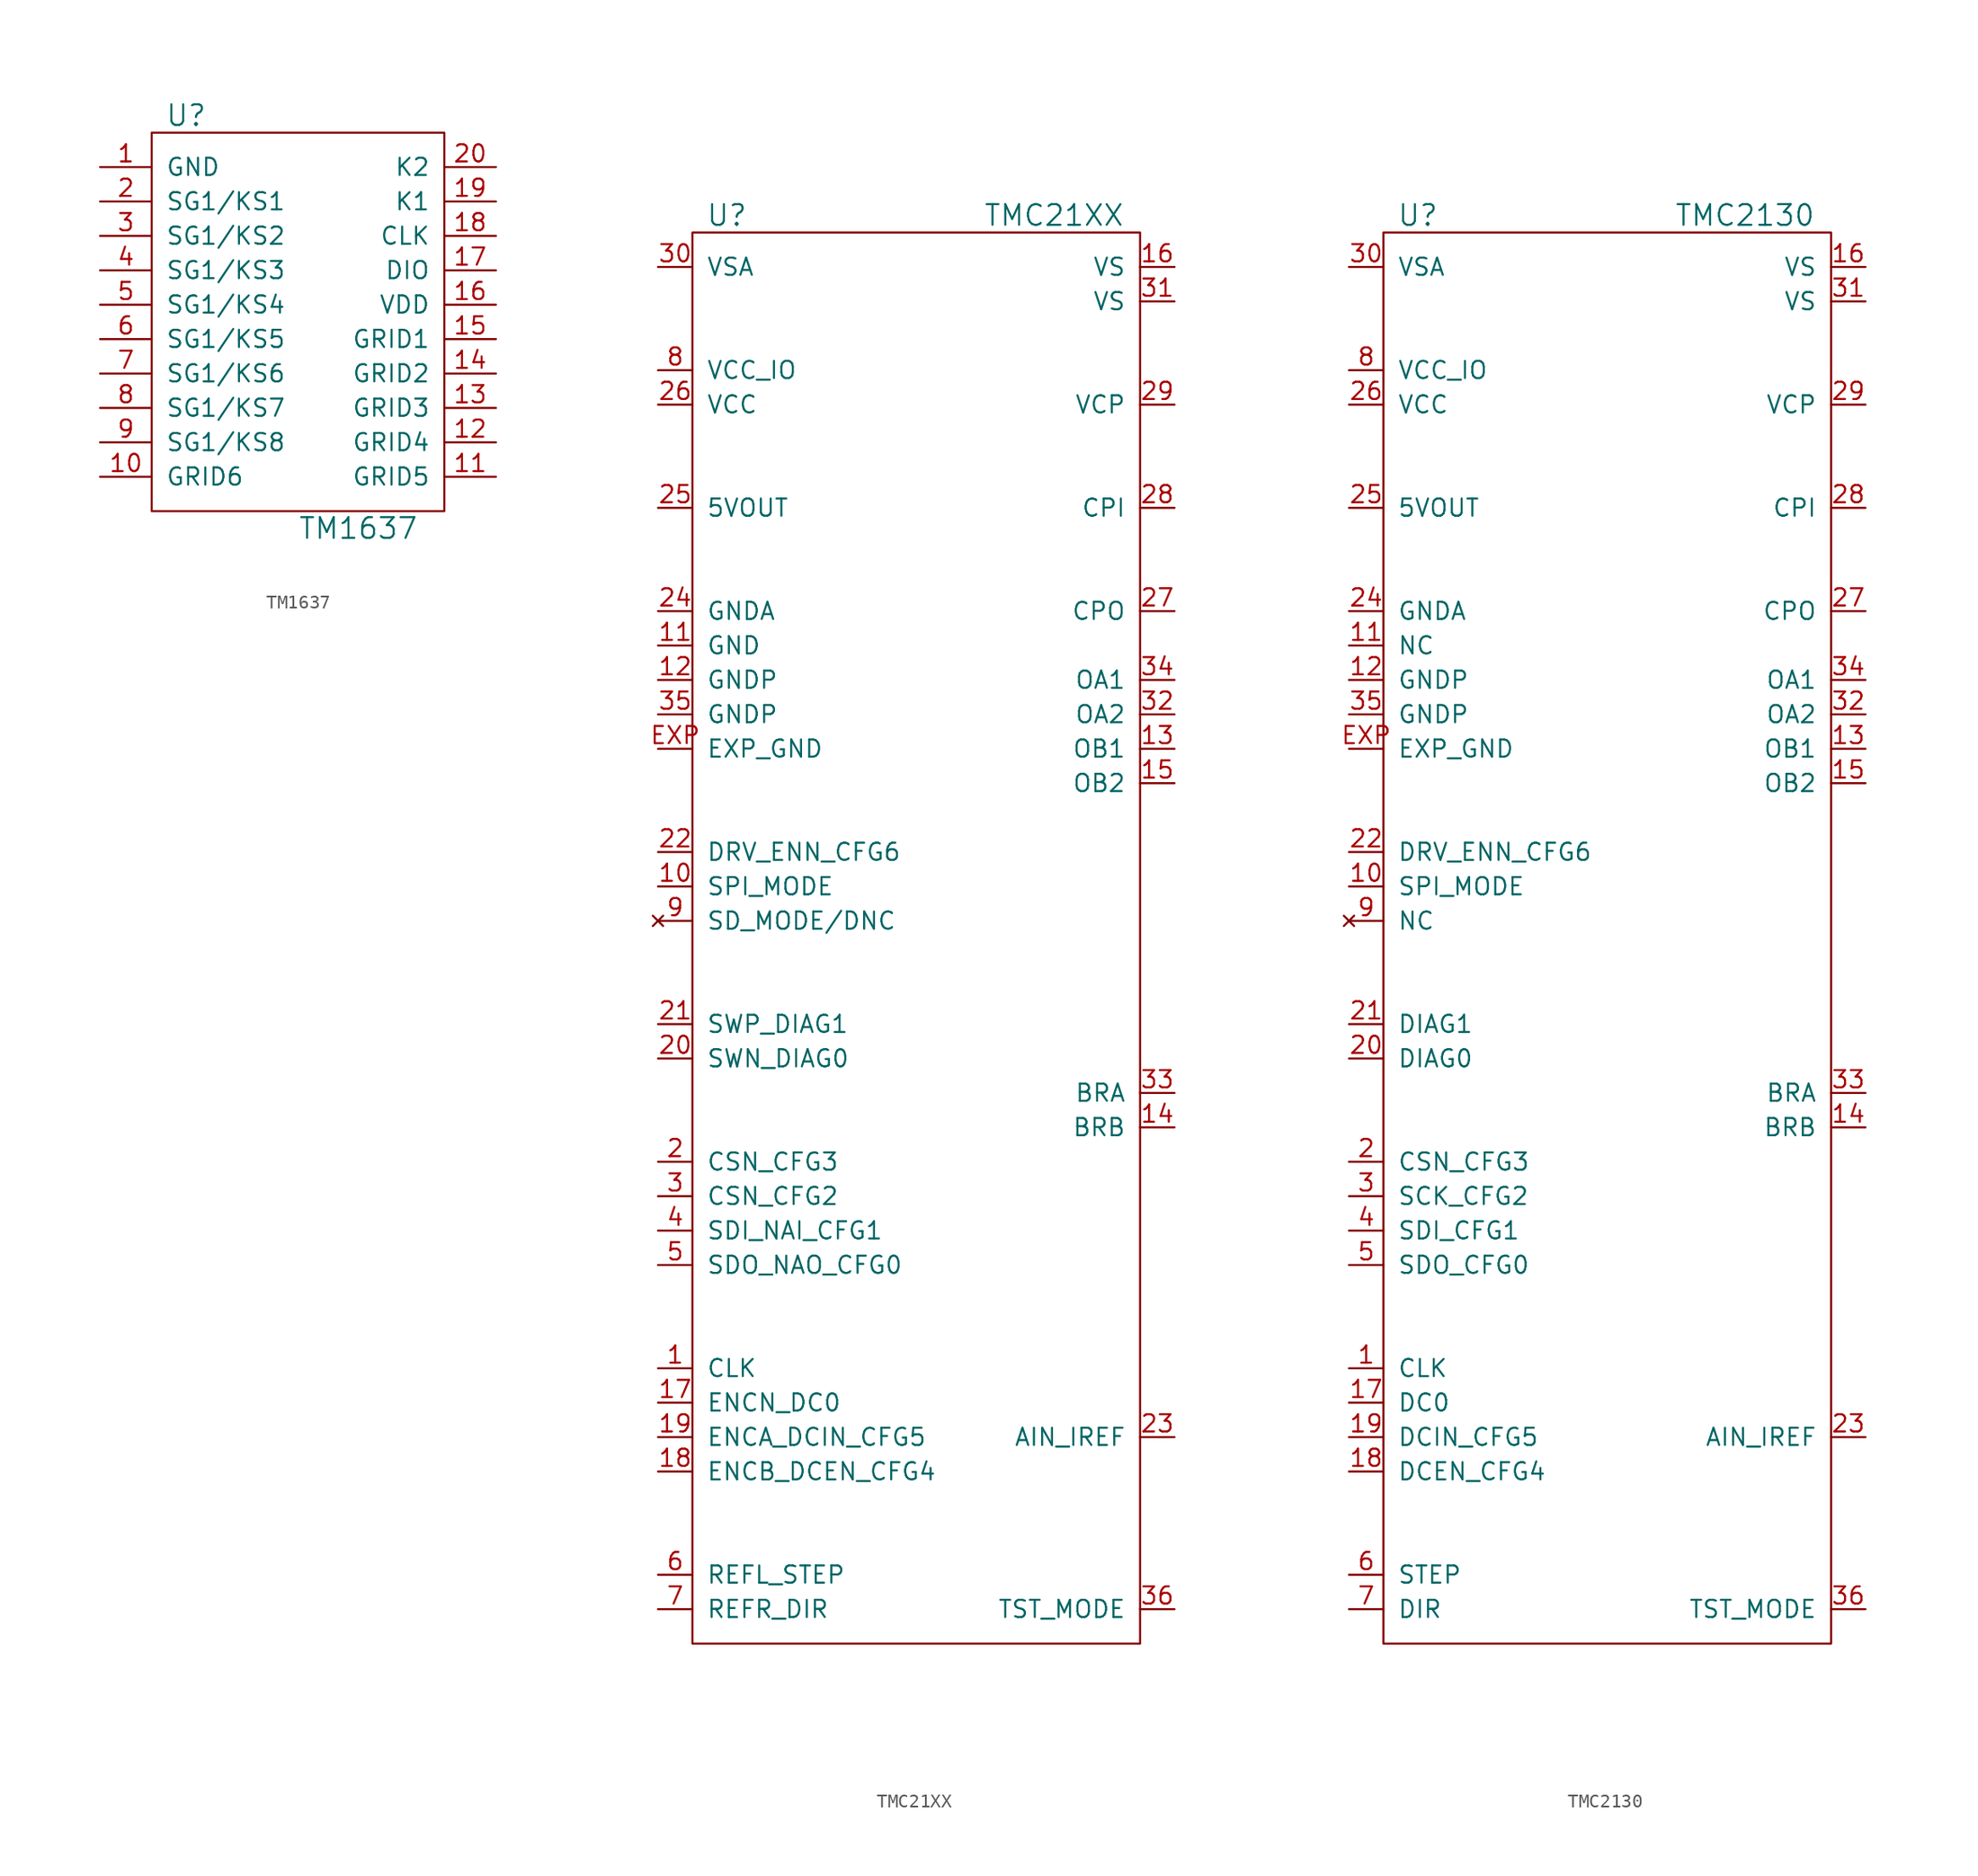
<source format=kicad_sym>
(kicad_symbol_lib
  (version 20210619)
  (generator kicad_symbol_editor)
  (symbol "tinkerforge:TM1637"
    (pin_names
      (offset 1.016))
    (property "Reference" "U"
      (at -8.89 11.43 0)
      (effects (font (size 1.524 1.524))))
    (property "Value" "TM1637"
      (at 3.81 -19.05 0)
      (effects (font (size 1.524 1.524))))
    (property "Footprint" ""
      (at 0 0 0)
      (effects (font (size 1.524 1.524))))
    (property "Datasheet" ""
      (at 0 0 0)
      (effects (font (size 1.524 1.524))))
    (symbol "TM1637_0_1"
      (rectangle (start -11.43 10.16) (end 10.16 -17.78) (stroke (width 0)) (fill (type none))))
    (symbol "TM1637_1_1"
      (pin passive line (at -15.24 7.62 0) (length 3.81) (name "GND" (effects (font (size 1.27 1.27)))) (number "1" (effects (font (size 1.27 1.27)))))
      (pin passive line (at -15.24 -15.24 0) (length 3.81) (name "GRID6" (effects (font (size 1.27 1.27)))) (number "10" (effects (font (size 1.27 1.27)))))
      (pin passive line (at 13.97 -15.24 180) (length 3.81) (name "GRID5" (effects (font (size 1.27 1.27)))) (number "11" (effects (font (size 1.27 1.27)))))
      (pin passive line (at 13.97 -12.7 180) (length 3.81) (name "GRID4" (effects (font (size 1.27 1.27)))) (number "12" (effects (font (size 1.27 1.27)))))
      (pin passive line (at 13.97 -10.16 180) (length 3.81) (name "GRID3" (effects (font (size 1.27 1.27)))) (number "13" (effects (font (size 1.27 1.27)))))
      (pin passive line (at 13.97 -7.62 180) (length 3.81) (name "GRID2" (effects (font (size 1.27 1.27)))) (number "14" (effects (font (size 1.27 1.27)))))
      (pin passive line (at 13.97 -5.08 180) (length 3.81) (name "GRID1" (effects (font (size 1.27 1.27)))) (number "15" (effects (font (size 1.27 1.27)))))
      (pin passive line (at 13.97 -2.54 180) (length 3.81) (name "VDD" (effects (font (size 1.27 1.27)))) (number "16" (effects (font (size 1.27 1.27)))))
      (pin passive line (at 13.97 0 180) (length 3.81) (name "DIO" (effects (font (size 1.27 1.27)))) (number "17" (effects (font (size 1.27 1.27)))))
      (pin passive line (at 13.97 2.54 180) (length 3.81) (name "CLK" (effects (font (size 1.27 1.27)))) (number "18" (effects (font (size 1.27 1.27)))))
      (pin passive line (at 13.97 5.08 180) (length 3.81) (name "K1" (effects (font (size 1.27 1.27)))) (number "19" (effects (font (size 1.27 1.27)))))
      (pin passive line (at -15.24 5.08 0) (length 3.81) (name "SG1/KS1" (effects (font (size 1.27 1.27)))) (number "2" (effects (font (size 1.27 1.27)))))
      (pin passive line (at 13.97 7.62 180) (length 3.81) (name "K2" (effects (font (size 1.27 1.27)))) (number "20" (effects (font (size 1.27 1.27)))))
      (pin passive line (at -15.24 2.54 0) (length 3.81) (name "SG1/KS2" (effects (font (size 1.27 1.27)))) (number "3" (effects (font (size 1.27 1.27)))))
      (pin passive line (at -15.24 0 0) (length 3.81) (name "SG1/KS3" (effects (font (size 1.27 1.27)))) (number "4" (effects (font (size 1.27 1.27)))))
      (pin passive line (at -15.24 -2.54 0) (length 3.81) (name "SG1/KS4" (effects (font (size 1.27 1.27)))) (number "5" (effects (font (size 1.27 1.27)))))
      (pin passive line (at -15.24 -5.08 0) (length 3.81) (name "SG1/KS5" (effects (font (size 1.27 1.27)))) (number "6" (effects (font (size 1.27 1.27)))))
      (pin passive line (at -15.24 -7.62 0) (length 3.81) (name "SG1/KS6" (effects (font (size 1.27 1.27)))) (number "7" (effects (font (size 1.27 1.27)))))
      (pin passive line (at -15.24 -10.16 0) (length 3.81) (name "SG1/KS7" (effects (font (size 1.27 1.27)))) (number "8" (effects (font (size 1.27 1.27)))))
      (pin passive line (at -15.24 -12.7 0) (length 3.81) (name "SG1/KS8" (effects (font (size 1.27 1.27)))) (number "9" (effects (font (size 1.27 1.27)))))))
  (symbol "tinkerforge:TMC21XX"
    (pin_names
      (offset 1.016))
    (property "Reference" "U"
      (at -13.97 53.34 0)
      (effects (font (size 1.524 1.524))))
    (property "Value" "TMC21XX"
      (at 10.16 53.34 0)
      (effects (font (size 1.524 1.524))))
    (property "Footprint" ""
      (at 0 7.62 0)
      (effects (font (size 1.524 1.524))))
    (property "Datasheet" ""
      (at 0 7.62 0)
      (effects (font (size 1.524 1.524))))
    (symbol "TMC21XX_0_1"
      (rectangle (start -16.51 52.07) (end 16.51 -52.07) (stroke (width 0)) (fill (type none))))
    (symbol "TMC21XX_1_1"
      (pin input line (at -19.05 -31.75 0) (length 2.54) (name "CLK" (effects (font (size 1.27 1.27)))) (number "1" (effects (font (size 1.27 1.27)))))
      (pin input line (at -19.05 3.81 0) (length 2.54) (name "SPI_MODE" (effects (font (size 1.27 1.27)))) (number "10" (effects (font (size 1.27 1.27)))))
      (pin input line (at -19.05 21.59 0) (length 2.54) (name "GND" (effects (font (size 1.27 1.27)))) (number "11" (effects (font (size 1.27 1.27)))))
      (pin input line (at -19.05 19.05 0) (length 2.54) (name "GNDP" (effects (font (size 1.27 1.27)))) (number "12" (effects (font (size 1.27 1.27)))))
      (pin input line (at 19.05 13.97 180) (length 2.54) (name "OB1" (effects (font (size 1.27 1.27)))) (number "13" (effects (font (size 1.27 1.27)))))
      (pin input line (at 19.05 -13.97 180) (length 2.54) (name "BRB" (effects (font (size 1.27 1.27)))) (number "14" (effects (font (size 1.27 1.27)))))
      (pin input line (at 19.05 11.43 180) (length 2.54) (name "OB2" (effects (font (size 1.27 1.27)))) (number "15" (effects (font (size 1.27 1.27)))))
      (pin input line (at 19.05 49.53 180) (length 2.54) (name "VS" (effects (font (size 1.27 1.27)))) (number "16" (effects (font (size 1.27 1.27)))))
      (pin input line (at -19.05 -34.29 0) (length 2.54) (name "ENCN_DC0" (effects (font (size 1.27 1.27)))) (number "17" (effects (font (size 1.27 1.27)))))
      (pin input line (at -19.05 -39.37 0) (length 2.54) (name "ENCB_DCEN_CFG4" (effects (font (size 1.27 1.27)))) (number "18" (effects (font (size 1.27 1.27)))))
      (pin input line (at -19.05 -36.83 0) (length 2.54) (name "ENCA_DCIN_CFG5" (effects (font (size 1.27 1.27)))) (number "19" (effects (font (size 1.27 1.27)))))
      (pin input line (at -19.05 -16.51 0) (length 2.54) (name "CSN_CFG3" (effects (font (size 1.27 1.27)))) (number "2" (effects (font (size 1.27 1.27)))))
      (pin input line (at -19.05 -8.89 0) (length 2.54) (name "SWN_DIAG0" (effects (font (size 1.27 1.27)))) (number "20" (effects (font (size 1.27 1.27)))))
      (pin input line (at -19.05 -6.35 0) (length 2.54) (name "SWP_DIAG1" (effects (font (size 1.27 1.27)))) (number "21" (effects (font (size 1.27 1.27)))))
      (pin input line (at -19.05 6.35 0) (length 2.54) (name "DRV_ENN_CFG6" (effects (font (size 1.27 1.27)))) (number "22" (effects (font (size 1.27 1.27)))))
      (pin input line (at 19.05 -36.83 180) (length 2.54) (name "AIN_IREF" (effects (font (size 1.27 1.27)))) (number "23" (effects (font (size 1.27 1.27)))))
      (pin input line (at -19.05 24.13 0) (length 2.54) (name "GNDA" (effects (font (size 1.27 1.27)))) (number "24" (effects (font (size 1.27 1.27)))))
      (pin input line (at -19.05 31.75 0) (length 2.54) (name "5VOUT" (effects (font (size 1.27 1.27)))) (number "25" (effects (font (size 1.27 1.27)))))
      (pin input line (at -19.05 39.37 0) (length 2.54) (name "VCC" (effects (font (size 1.27 1.27)))) (number "26" (effects (font (size 1.27 1.27)))))
      (pin input line (at 19.05 24.13 180) (length 2.54) (name "CPO" (effects (font (size 1.27 1.27)))) (number "27" (effects (font (size 1.27 1.27)))))
      (pin input line (at 19.05 31.75 180) (length 2.54) (name "CPI" (effects (font (size 1.27 1.27)))) (number "28" (effects (font (size 1.27 1.27)))))
      (pin input line (at 19.05 39.37 180) (length 2.54) (name "VCP" (effects (font (size 1.27 1.27)))) (number "29" (effects (font (size 1.27 1.27)))))
      (pin input line (at -19.05 -19.05 0) (length 2.54) (name "CSN_CFG2" (effects (font (size 1.27 1.27)))) (number "3" (effects (font (size 1.27 1.27)))))
      (pin input line (at -19.05 49.53 0) (length 2.54) (name "VSA" (effects (font (size 1.27 1.27)))) (number "30" (effects (font (size 1.27 1.27)))))
      (pin input line (at 19.05 46.99 180) (length 2.54) (name "VS" (effects (font (size 1.27 1.27)))) (number "31" (effects (font (size 1.27 1.27)))))
      (pin input line (at 19.05 16.51 180) (length 2.54) (name "OA2" (effects (font (size 1.27 1.27)))) (number "32" (effects (font (size 1.27 1.27)))))
      (pin input line (at 19.05 -11.43 180) (length 2.54) (name "BRA" (effects (font (size 1.27 1.27)))) (number "33" (effects (font (size 1.27 1.27)))))
      (pin input line (at 19.05 19.05 180) (length 2.54) (name "OA1" (effects (font (size 1.27 1.27)))) (number "34" (effects (font (size 1.27 1.27)))))
      (pin input line (at -19.05 16.51 0) (length 2.54) (name "GNDP" (effects (font (size 1.27 1.27)))) (number "35" (effects (font (size 1.27 1.27)))))
      (pin input line (at 19.05 -49.53 180) (length 2.54) (name "TST_MODE" (effects (font (size 1.27 1.27)))) (number "36" (effects (font (size 1.27 1.27)))))
      (pin input line (at -19.05 -21.59 0) (length 2.54) (name "SDI_NAI_CFG1" (effects (font (size 1.27 1.27)))) (number "4" (effects (font (size 1.27 1.27)))))
      (pin input line (at -19.05 -24.13 0) (length 2.54) (name "SDO_NAO_CFG0" (effects (font (size 1.27 1.27)))) (number "5" (effects (font (size 1.27 1.27)))))
      (pin input line (at -19.05 -46.99 0) (length 2.54) (name "REFL_STEP" (effects (font (size 1.27 1.27)))) (number "6" (effects (font (size 1.27 1.27)))))
      (pin input line (at -19.05 -49.53 0) (length 2.54) (name "REFR_DIR" (effects (font (size 1.27 1.27)))) (number "7" (effects (font (size 1.27 1.27)))))
      (pin input line (at -19.05 41.91 0) (length 2.54) (name "VCC_IO" (effects (font (size 1.27 1.27)))) (number "8" (effects (font (size 1.27 1.27)))))
      (pin no_connect line (at -19.05 1.27 0) (length 2.54) (name "SD_MODE/DNC" (effects (font (size 1.27 1.27)))) (number "9" (effects (font (size 1.27 1.27)))))
      (pin input line (at -19.05 13.97 0) (length 2.54) (name "EXP_GND" (effects (font (size 1.27 1.27)))) (number "EXP" (effects (font (size 1.27 1.27)))))))
  (symbol "tinkerforge:TMC2130"
    (pin_names
      (offset 1.016))
    (property "Reference" "U"
      (at -13.97 53.34 0)
      (effects (font (size 1.524 1.524))))
    (property "Value" "TMC2130"
      (at 10.16 53.34 0)
      (effects (font (size 1.524 1.524))))
    (property "Footprint" ""
      (at 0 7.62 0)
      (effects (font (size 1.524 1.524))))
    (property "Datasheet" ""
      (at 0 7.62 0)
      (effects (font (size 1.524 1.524))))
    (symbol "TMC2130_0_1"
      (rectangle (start -16.51 52.07) (end 16.51 -52.07) (stroke (width 0)) (fill (type none))))
    (symbol "TMC2130_1_1"
      (pin input line (at -19.05 -31.75 0) (length 2.54) (name "CLK" (effects (font (size 1.27 1.27)))) (number "1" (effects (font (size 1.27 1.27)))))
      (pin input line (at -19.05 3.81 0) (length 2.54) (name "SPI_MODE" (effects (font (size 1.27 1.27)))) (number "10" (effects (font (size 1.27 1.27)))))
      (pin passive line (at -19.05 21.59 0) (length 2.54) (name "NC" (effects (font (size 1.27 1.27)))) (number "11" (effects (font (size 1.27 1.27)))))
      (pin input line (at -19.05 19.05 0) (length 2.54) (name "GNDP" (effects (font (size 1.27 1.27)))) (number "12" (effects (font (size 1.27 1.27)))))
      (pin input line (at 19.05 13.97 180) (length 2.54) (name "OB1" (effects (font (size 1.27 1.27)))) (number "13" (effects (font (size 1.27 1.27)))))
      (pin input line (at 19.05 -13.97 180) (length 2.54) (name "BRB" (effects (font (size 1.27 1.27)))) (number "14" (effects (font (size 1.27 1.27)))))
      (pin input line (at 19.05 11.43 180) (length 2.54) (name "OB2" (effects (font (size 1.27 1.27)))) (number "15" (effects (font (size 1.27 1.27)))))
      (pin input line (at 19.05 49.53 180) (length 2.54) (name "VS" (effects (font (size 1.27 1.27)))) (number "16" (effects (font (size 1.27 1.27)))))
      (pin input line (at -19.05 -34.29 0) (length 2.54) (name "DC0" (effects (font (size 1.27 1.27)))) (number "17" (effects (font (size 1.27 1.27)))))
      (pin input line (at -19.05 -39.37 0) (length 2.54) (name "DCEN_CFG4" (effects (font (size 1.27 1.27)))) (number "18" (effects (font (size 1.27 1.27)))))
      (pin input line (at -19.05 -36.83 0) (length 2.54) (name "DCIN_CFG5" (effects (font (size 1.27 1.27)))) (number "19" (effects (font (size 1.27 1.27)))))
      (pin input line (at -19.05 -16.51 0) (length 2.54) (name "CSN_CFG3" (effects (font (size 1.27 1.27)))) (number "2" (effects (font (size 1.27 1.27)))))
      (pin input line (at -19.05 -8.89 0) (length 2.54) (name "DIAG0" (effects (font (size 1.27 1.27)))) (number "20" (effects (font (size 1.27 1.27)))))
      (pin input line (at -19.05 -6.35 0) (length 2.54) (name "DIAG1" (effects (font (size 1.27 1.27)))) (number "21" (effects (font (size 1.27 1.27)))))
      (pin input line (at -19.05 6.35 0) (length 2.54) (name "DRV_ENN_CFG6" (effects (font (size 1.27 1.27)))) (number "22" (effects (font (size 1.27 1.27)))))
      (pin input line (at 19.05 -36.83 180) (length 2.54) (name "AIN_IREF" (effects (font (size 1.27 1.27)))) (number "23" (effects (font (size 1.27 1.27)))))
      (pin input line (at -19.05 24.13 0) (length 2.54) (name "GNDA" (effects (font (size 1.27 1.27)))) (number "24" (effects (font (size 1.27 1.27)))))
      (pin input line (at -19.05 31.75 0) (length 2.54) (name "5VOUT" (effects (font (size 1.27 1.27)))) (number "25" (effects (font (size 1.27 1.27)))))
      (pin input line (at -19.05 39.37 0) (length 2.54) (name "VCC" (effects (font (size 1.27 1.27)))) (number "26" (effects (font (size 1.27 1.27)))))
      (pin input line (at 19.05 24.13 180) (length 2.54) (name "CPO" (effects (font (size 1.27 1.27)))) (number "27" (effects (font (size 1.27 1.27)))))
      (pin input line (at 19.05 31.75 180) (length 2.54) (name "CPI" (effects (font (size 1.27 1.27)))) (number "28" (effects (font (size 1.27 1.27)))))
      (pin input line (at 19.05 39.37 180) (length 2.54) (name "VCP" (effects (font (size 1.27 1.27)))) (number "29" (effects (font (size 1.27 1.27)))))
      (pin input line (at -19.05 -19.05 0) (length 2.54) (name "SCK_CFG2" (effects (font (size 1.27 1.27)))) (number "3" (effects (font (size 1.27 1.27)))))
      (pin input line (at -19.05 49.53 0) (length 2.54) (name "VSA" (effects (font (size 1.27 1.27)))) (number "30" (effects (font (size 1.27 1.27)))))
      (pin input line (at 19.05 46.99 180) (length 2.54) (name "VS" (effects (font (size 1.27 1.27)))) (number "31" (effects (font (size 1.27 1.27)))))
      (pin input line (at 19.05 16.51 180) (length 2.54) (name "OA2" (effects (font (size 1.27 1.27)))) (number "32" (effects (font (size 1.27 1.27)))))
      (pin input line (at 19.05 -11.43 180) (length 2.54) (name "BRA" (effects (font (size 1.27 1.27)))) (number "33" (effects (font (size 1.27 1.27)))))
      (pin input line (at 19.05 19.05 180) (length 2.54) (name "OA1" (effects (font (size 1.27 1.27)))) (number "34" (effects (font (size 1.27 1.27)))))
      (pin input line (at -19.05 16.51 0) (length 2.54) (name "GNDP" (effects (font (size 1.27 1.27)))) (number "35" (effects (font (size 1.27 1.27)))))
      (pin input line (at 19.05 -49.53 180) (length 2.54) (name "TST_MODE" (effects (font (size 1.27 1.27)))) (number "36" (effects (font (size 1.27 1.27)))))
      (pin input line (at -19.05 -21.59 0) (length 2.54) (name "SDI_CFG1" (effects (font (size 1.27 1.27)))) (number "4" (effects (font (size 1.27 1.27)))))
      (pin input line (at -19.05 -24.13 0) (length 2.54) (name "SDO_CFG0" (effects (font (size 1.27 1.27)))) (number "5" (effects (font (size 1.27 1.27)))))
      (pin input line (at -19.05 -46.99 0) (length 2.54) (name "STEP" (effects (font (size 1.27 1.27)))) (number "6" (effects (font (size 1.27 1.27)))))
      (pin input line (at -19.05 -49.53 0) (length 2.54) (name "DIR" (effects (font (size 1.27 1.27)))) (number "7" (effects (font (size 1.27 1.27)))))
      (pin input line (at -19.05 41.91 0) (length 2.54) (name "VCC_IO" (effects (font (size 1.27 1.27)))) (number "8" (effects (font (size 1.27 1.27)))))
      (pin no_connect line (at -19.05 1.27 0) (length 2.54) (name "NC" (effects (font (size 1.27 1.27)))) (number "9" (effects (font (size 1.27 1.27)))))
      (pin input line (at -19.05 13.97 0) (length 2.54) (name "EXP_GND" (effects (font (size 1.27 1.27)))) (number "EXP" (effects (font (size 1.27 1.27))))))))
</source>
